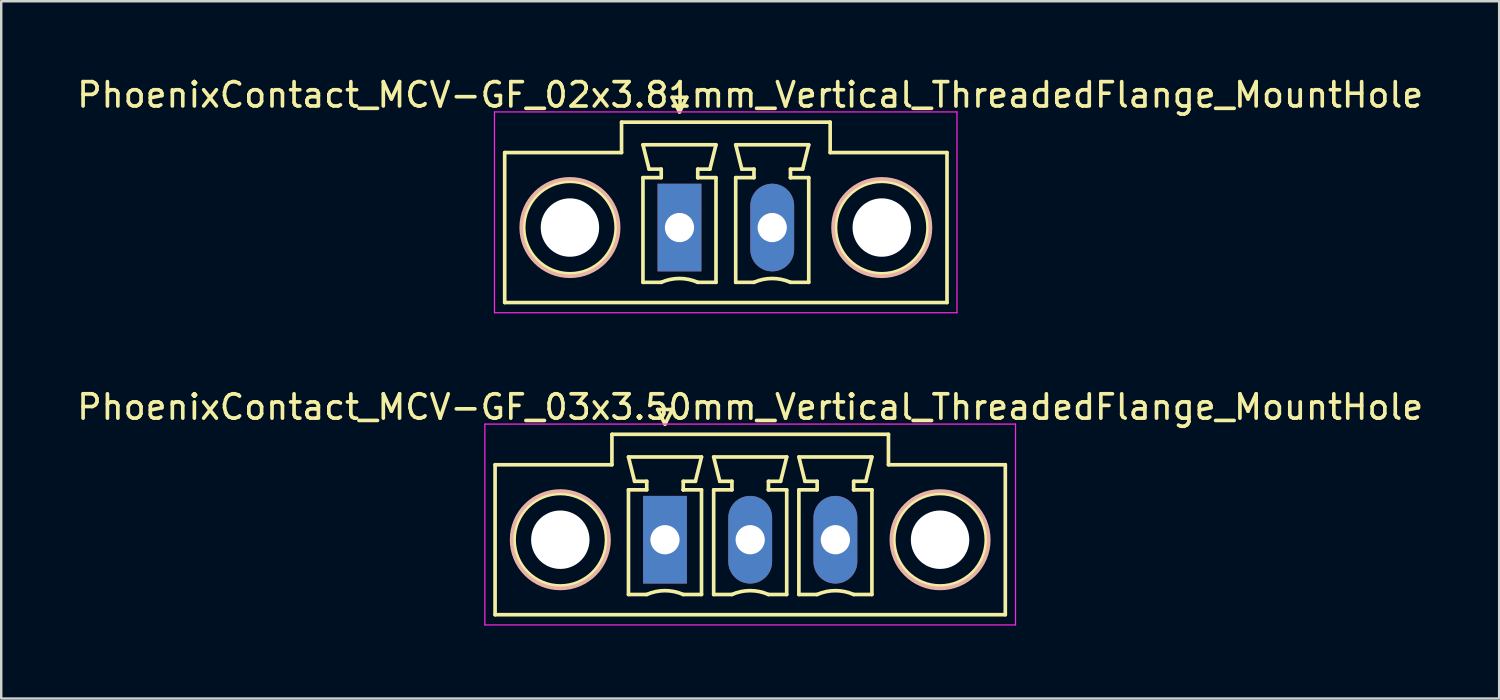
<source format=kicad_pcb>
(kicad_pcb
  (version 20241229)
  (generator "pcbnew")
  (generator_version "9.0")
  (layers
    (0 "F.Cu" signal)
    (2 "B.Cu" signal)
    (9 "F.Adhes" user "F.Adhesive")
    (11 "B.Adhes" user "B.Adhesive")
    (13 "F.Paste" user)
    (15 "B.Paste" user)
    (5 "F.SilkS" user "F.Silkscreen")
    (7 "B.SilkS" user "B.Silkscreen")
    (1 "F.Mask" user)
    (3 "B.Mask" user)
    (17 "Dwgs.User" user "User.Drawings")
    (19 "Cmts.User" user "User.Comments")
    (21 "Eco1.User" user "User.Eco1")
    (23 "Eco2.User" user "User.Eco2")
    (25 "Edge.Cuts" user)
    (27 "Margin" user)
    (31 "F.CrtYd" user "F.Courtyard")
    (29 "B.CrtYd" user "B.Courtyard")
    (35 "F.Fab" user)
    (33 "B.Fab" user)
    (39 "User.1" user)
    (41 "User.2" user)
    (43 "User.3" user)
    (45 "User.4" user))
  (footprint "PhoenixContact_MCV-GF_02x3.81mm_Vertical_ThreadedFlange_MountHole"
    (layer "F.Cu")
    (at 24.863 6.298)
    (property "Reference" "PhoenixContact_MCV-GF_02x3.81mm_Vertical_ThreadedFlange_MountHole" (at 2.905 -5.45 0) (layer "F.SilkS") (effects (font (size 1 1) (thickness 0.15))))
    (attr through_hole)
    (fp_line (start -7.18 -3.08) (end -7.18 3.08) (stroke (width 0.15) (type solid)) (layer "F.SilkS"))
    (fp_line (start -7.18 3.08) (end 10.99 3.08) (stroke (width 0.15) (type solid)) (layer "F.SilkS"))
    (fp_line (start -2.38 -4.33) (end -2.38 -3.08) (stroke (width 0.15) (type solid)) (layer "F.SilkS"))
    (fp_line (start -2.38 -3.08) (end -7.18 -3.08) (stroke (width 0.15) (type solid)) (layer "F.SilkS"))
    (fp_line (start -1.5 -3.4) (end 1.5 -3.4) (stroke (width 0.15) (type solid)) (layer "F.SilkS"))
    (fp_line (start -1.5 -2.05) (end -0.75 -2.05) (stroke (width 0.15) (type solid)) (layer "F.SilkS"))
    (fp_line (start -1.5 2.25) (end -1.5 -2.05) (stroke (width 0.15) (type solid)) (layer "F.SilkS"))
    (fp_line (start -1.25 -2.4) (end -1.5 -3.4) (stroke (width 0.15) (type solid)) (layer "F.SilkS"))
    (fp_line (start -0.75 -2.4) (end -1.25 -2.4) (stroke (width 0.15) (type solid)) (layer "F.SilkS"))
    (fp_line (start -0.75 -2.05) (end -0.75 -2.4) (stroke (width 0.15) (type solid)) (layer "F.SilkS"))
    (fp_line (start -0.75 2.25) (end -1.5 2.25) (stroke (width 0.15) (type solid)) (layer "F.SilkS"))
    (fp_line (start -0.3 -5.35) (end 0 -4.75) (stroke (width 0.15) (type solid)) (layer "F.SilkS"))
    (fp_line (start 0 -4.75) (end 0.3 -5.35) (stroke (width 0.15) (type solid)) (layer "F.SilkS"))
    (fp_line (start 0.3 -5.35) (end -0.3 -5.35) (stroke (width 0.15) (type solid)) (layer "F.SilkS"))
    (fp_line (start 0.75 -2.4) (end 0.75 -2.05) (stroke (width 0.15) (type solid)) (layer "F.SilkS"))
    (fp_line (start 0.75 -2.05) (end 0.75 -2.05) (stroke (width 0.15) (type solid)) (layer "F.SilkS"))
    (fp_line (start 0.75 -2.05) (end 1.5 -2.05) (stroke (width 0.15) (type solid)) (layer "F.SilkS"))
    (fp_line (start 1.25 -2.4) (end 0.75 -2.4) (stroke (width 0.15) (type solid)) (layer "F.SilkS"))
    (fp_line (start 1.5 -3.4) (end 1.25 -2.4) (stroke (width 0.15) (type solid)) (layer "F.SilkS"))
    (fp_line (start 1.5 -2.05) (end 1.5 2.25) (stroke (width 0.15) (type solid)) (layer "F.SilkS"))
    (fp_line (start 1.5 2.25) (end 0.75 2.25) (stroke (width 0.15) (type solid)) (layer "F.SilkS"))
    (fp_line (start 2.31 -3.4) (end 5.31 -3.4) (stroke (width 0.15) (type solid)) (layer "F.SilkS"))
    (fp_line (start 2.31 -2.05) (end 3.06 -2.05) (stroke (width 0.15) (type solid)) (layer "F.SilkS"))
    (fp_line (start 2.31 2.25) (end 2.31 -2.05) (stroke (width 0.15) (type solid)) (layer "F.SilkS"))
    (fp_line (start 2.56 -2.4) (end 2.31 -3.4) (stroke (width 0.15) (type solid)) (layer "F.SilkS"))
    (fp_line (start 3.06 -2.4) (end 2.56 -2.4) (stroke (width 0.15) (type solid)) (layer "F.SilkS"))
    (fp_line (start 3.06 -2.05) (end 3.06 -2.4) (stroke (width 0.15) (type solid)) (layer "F.SilkS"))
    (fp_line (start 3.06 2.25) (end 2.31 2.25) (stroke (width 0.15) (type solid)) (layer "F.SilkS"))
    (fp_line (start 4.56 -2.4) (end 4.56 -2.05) (stroke (width 0.15) (type solid)) (layer "F.SilkS"))
    (fp_line (start 4.56 -2.05) (end 4.56 -2.05) (stroke (width 0.15) (type solid)) (layer "F.SilkS"))
    (fp_line (start 4.56 -2.05) (end 5.31 -2.05) (stroke (width 0.15) (type solid)) (layer "F.SilkS"))
    (fp_line (start 5.06 -2.4) (end 4.56 -2.4) (stroke (width 0.15) (type solid)) (layer "F.SilkS"))
    (fp_line (start 5.31 -3.4) (end 5.06 -2.4) (stroke (width 0.15) (type solid)) (layer "F.SilkS"))
    (fp_line (start 5.31 -2.05) (end 5.31 2.25) (stroke (width 0.15) (type solid)) (layer "F.SilkS"))
    (fp_line (start 5.31 2.25) (end 4.56 2.25) (stroke (width 0.15) (type solid)) (layer "F.SilkS"))
    (fp_line (start 6.19 -4.33) (end -2.38 -4.33) (stroke (width 0.15) (type solid)) (layer "F.SilkS"))
    (fp_line (start 6.19 -3.08) (end 6.19 -4.33) (stroke (width 0.15) (type solid)) (layer "F.SilkS"))
    (fp_line (start 10.99 -3.08) (end 6.19 -3.08) (stroke (width 0.15) (type solid)) (layer "F.SilkS"))
    (fp_line (start 10.99 3.08) (end 10.99 -3.08) (stroke (width 0.15) (type solid)) (layer "F.SilkS"))
    (fp_arc (start -0.75 2.25) (mid -0.000193 2.09191) (end 0.749647 2.249844) (stroke (width 0.15) (type solid)) (layer "F.SilkS"))
    (fp_arc (start 3.06 2.25) (mid 3.809807 2.09191) (end 4.559647 2.249844) (stroke (width 0.15) (type solid)) (layer "F.SilkS"))
    (fp_circle (center -4.5 0) (end -2.6 0) (stroke (width 0.15) (type solid)) (fill no) (layer "F.SilkS"))
    (fp_circle (center 8.31 0) (end 10.21 0) (stroke (width 0.15) (type solid)) (fill no) (layer "F.SilkS"))
    (fp_circle (center -4.5 0) (end -2.5 0) (stroke (width 0.15) (type solid)) (fill no) (layer "B.SilkS"))
    (fp_circle (center 8.31 0) (end 10.31 0) (stroke (width 0.15) (type solid)) (fill no) (layer "B.SilkS"))
    (fp_line (start -7.6 -4.75) (end -7.6 3.5) (stroke (width 0.05) (type solid)) (layer "F.CrtYd"))
    (fp_line (start -7.6 3.5) (end 11.4 3.5) (stroke (width 0.05) (type solid)) (layer "F.CrtYd"))
    (fp_line (start 11.4 -4.75) (end -7.6 -4.75) (stroke (width 0.05) (type solid)) (layer "F.CrtYd"))
    (fp_line (start 11.4 3.5) (end 11.4 -4.75) (stroke (width 0.05) (type solid)) (layer "F.CrtYd"))
    (pad "" np_thru_hole circle (at -4.5 0) (size 2.4 2.4) (drill 2.4) (layers "*.Cu" "*.Mask"))
    (pad "" np_thru_hole circle (at 8.31 0) (size 2.4 2.4) (drill 2.4) (layers "*.Cu" "*.Mask"))
    (pad "1" thru_hole rect (at 0 0) (size 1.8 3.6) (drill 1.2) (layers "*.Cu" "*.Mask"))
    (pad "2" thru_hole oval (at 3.81 0) (size 1.8 3.6) (drill 1.2) (layers "*.Cu" "*.Mask")))
  (footprint "PhoenixContact_MCV-GF_03x3.50mm_Vertical_ThreadedFlange_MountHole"
    (layer "F.Cu")
    (at 24.268 19.122)
    (property "Reference" "PhoenixContact_MCV-GF_03x3.50mm_Vertical_ThreadedFlange_MountHole" (at 3.5 -5.45 0) (layer "F.SilkS") (effects (font (size 1 1) (thickness 0.15))))
    (attr through_hole)
    (fp_line (start -6.98 -3.08) (end -6.98 3.08) (stroke (width 0.15) (type solid)) (layer "F.SilkS"))
    (fp_line (start -6.98 3.08) (end 13.98 3.08) (stroke (width 0.15) (type solid)) (layer "F.SilkS"))
    (fp_line (start -2.18 -4.33) (end -2.18 -3.08) (stroke (width 0.15) (type solid)) (layer "F.SilkS"))
    (fp_line (start -2.18 -3.08) (end -6.98 -3.08) (stroke (width 0.15) (type solid)) (layer "F.SilkS"))
    (fp_line (start -1.5 -3.4) (end 1.5 -3.4) (stroke (width 0.15) (type solid)) (layer "F.SilkS"))
    (fp_line (start -1.5 -2.05) (end -0.75 -2.05) (stroke (width 0.15) (type solid)) (layer "F.SilkS"))
    (fp_line (start -1.5 2.25) (end -1.5 -2.05) (stroke (width 0.15) (type solid)) (layer "F.SilkS"))
    (fp_line (start -1.25 -2.4) (end -1.5 -3.4) (stroke (width 0.15) (type solid)) (layer "F.SilkS"))
    (fp_line (start -0.75 -2.4) (end -1.25 -2.4) (stroke (width 0.15) (type solid)) (layer "F.SilkS"))
    (fp_line (start -0.75 -2.05) (end -0.75 -2.4) (stroke (width 0.15) (type solid)) (layer "F.SilkS"))
    (fp_line (start -0.75 2.25) (end -1.5 2.25) (stroke (width 0.15) (type solid)) (layer "F.SilkS"))
    (fp_line (start -0.3 -5.35) (end 0 -4.75) (stroke (width 0.15) (type solid)) (layer "F.SilkS"))
    (fp_line (start 0 -4.75) (end 0.3 -5.35) (stroke (width 0.15) (type solid)) (layer "F.SilkS"))
    (fp_line (start 0.3 -5.35) (end -0.3 -5.35) (stroke (width 0.15) (type solid)) (layer "F.SilkS"))
    (fp_line (start 0.75 -2.4) (end 0.75 -2.05) (stroke (width 0.15) (type solid)) (layer "F.SilkS"))
    (fp_line (start 0.75 -2.05) (end 0.75 -2.05) (stroke (width 0.15) (type solid)) (layer "F.SilkS"))
    (fp_line (start 0.75 -2.05) (end 1.5 -2.05) (stroke (width 0.15) (type solid)) (layer "F.SilkS"))
    (fp_line (start 1.25 -2.4) (end 0.75 -2.4) (stroke (width 0.15) (type solid)) (layer "F.SilkS"))
    (fp_line (start 1.5 -3.4) (end 1.25 -2.4) (stroke (width 0.15) (type solid)) (layer "F.SilkS"))
    (fp_line (start 1.5 -2.05) (end 1.5 2.25) (stroke (width 0.15) (type solid)) (layer "F.SilkS"))
    (fp_line (start 1.5 2.25) (end 0.75 2.25) (stroke (width 0.15) (type solid)) (layer "F.SilkS"))
    (fp_line (start 2 -3.4) (end 5 -3.4) (stroke (width 0.15) (type solid)) (layer "F.SilkS"))
    (fp_line (start 2 -2.05) (end 2.75 -2.05) (stroke (width 0.15) (type solid)) (layer "F.SilkS"))
    (fp_line (start 2 2.25) (end 2 -2.05) (stroke (width 0.15) (type solid)) (layer "F.SilkS"))
    (fp_line (start 2.25 -2.4) (end 2 -3.4) (stroke (width 0.15) (type solid)) (layer "F.SilkS"))
    (fp_line (start 2.75 -2.4) (end 2.25 -2.4) (stroke (width 0.15) (type solid)) (layer "F.SilkS"))
    (fp_line (start 2.75 -2.05) (end 2.75 -2.4) (stroke (width 0.15) (type solid)) (layer "F.SilkS"))
    (fp_line (start 2.75 2.25) (end 2 2.25) (stroke (width 0.15) (type solid)) (layer "F.SilkS"))
    (fp_line (start 4.25 -2.4) (end 4.25 -2.05) (stroke (width 0.15) (type solid)) (layer "F.SilkS"))
    (fp_line (start 4.25 -2.05) (end 4.25 -2.05) (stroke (width 0.15) (type solid)) (layer "F.SilkS"))
    (fp_line (start 4.25 -2.05) (end 5 -2.05) (stroke (width 0.15) (type solid)) (layer "F.SilkS"))
    (fp_line (start 4.75 -2.4) (end 4.25 -2.4) (stroke (width 0.15) (type solid)) (layer "F.SilkS"))
    (fp_line (start 5 -3.4) (end 4.75 -2.4) (stroke (width 0.15) (type solid)) (layer "F.SilkS"))
    (fp_line (start 5 -2.05) (end 5 2.25) (stroke (width 0.15) (type solid)) (layer "F.SilkS"))
    (fp_line (start 5 2.25) (end 4.25 2.25) (stroke (width 0.15) (type solid)) (layer "F.SilkS"))
    (fp_line (start 5.5 -3.4) (end 8.5 -3.4) (stroke (width 0.15) (type solid)) (layer "F.SilkS"))
    (fp_line (start 5.5 -2.05) (end 6.25 -2.05) (stroke (width 0.15) (type solid)) (layer "F.SilkS"))
    (fp_line (start 5.5 2.25) (end 5.5 -2.05) (stroke (width 0.15) (type solid)) (layer "F.SilkS"))
    (fp_line (start 5.75 -2.4) (end 5.5 -3.4) (stroke (width 0.15) (type solid)) (layer "F.SilkS"))
    (fp_line (start 6.25 -2.4) (end 5.75 -2.4) (stroke (width 0.15) (type solid)) (layer "F.SilkS"))
    (fp_line (start 6.25 -2.05) (end 6.25 -2.4) (stroke (width 0.15) (type solid)) (layer "F.SilkS"))
    (fp_line (start 6.25 2.25) (end 5.5 2.25) (stroke (width 0.15) (type solid)) (layer "F.SilkS"))
    (fp_line (start 7.75 -2.4) (end 7.75 -2.05) (stroke (width 0.15) (type solid)) (layer "F.SilkS"))
    (fp_line (start 7.75 -2.05) (end 7.75 -2.05) (stroke (width 0.15) (type solid)) (layer "F.SilkS"))
    (fp_line (start 7.75 -2.05) (end 8.5 -2.05) (stroke (width 0.15) (type solid)) (layer "F.SilkS"))
    (fp_line (start 8.25 -2.4) (end 7.75 -2.4) (stroke (width 0.15) (type solid)) (layer "F.SilkS"))
    (fp_line (start 8.5 -3.4) (end 8.25 -2.4) (stroke (width 0.15) (type solid)) (layer "F.SilkS"))
    (fp_line (start 8.5 -2.05) (end 8.5 2.25) (stroke (width 0.15) (type solid)) (layer "F.SilkS"))
    (fp_line (start 8.5 2.25) (end 7.75 2.25) (stroke (width 0.15) (type solid)) (layer "F.SilkS"))
    (fp_line (start 9.18 -4.33) (end -2.18 -4.33) (stroke (width 0.15) (type solid)) (layer "F.SilkS"))
    (fp_line (start 9.18 -3.08) (end 9.18 -4.33) (stroke (width 0.15) (type solid)) (layer "F.SilkS"))
    (fp_line (start 13.98 -3.08) (end 9.18 -3.08) (stroke (width 0.15) (type solid)) (layer "F.SilkS"))
    (fp_line (start 13.98 3.08) (end 13.98 -3.08) (stroke (width 0.15) (type solid)) (layer "F.SilkS"))
    (fp_arc (start -0.75 2.25) (mid -0.000193 2.09191) (end 0.749647 2.249844) (stroke (width 0.15) (type solid)) (layer "F.SilkS"))
    (fp_arc (start 2.75 2.25) (mid 3.499807 2.09191) (end 4.249647 2.249844) (stroke (width 0.15) (type solid)) (layer "F.SilkS"))
    (fp_arc (start 6.25 2.25) (mid 6.999807 2.09191) (end 7.749647 2.249844) (stroke (width 0.15) (type solid)) (layer "F.SilkS"))
    (fp_circle (center -4.3 0) (end -2.4 0) (stroke (width 0.15) (type solid)) (fill no) (layer "F.SilkS"))
    (fp_circle (center 11.3 0) (end 13.2 0) (stroke (width 0.15) (type solid)) (fill no) (layer "F.SilkS"))
    (fp_circle (center -4.3 0) (end -2.3 0) (stroke (width 0.15) (type solid)) (fill no) (layer "B.SilkS"))
    (fp_circle (center 11.3 0) (end 13.3 0) (stroke (width 0.15) (type solid)) (fill no) (layer "B.SilkS"))
    (fp_line (start -7.4 -4.75) (end -7.4 3.5) (stroke (width 0.05) (type solid)) (layer "F.CrtYd"))
    (fp_line (start -7.4 3.5) (end 14.4 3.5) (stroke (width 0.05) (type solid)) (layer "F.CrtYd"))
    (fp_line (start 14.4 -4.75) (end -7.4 -4.75) (stroke (width 0.05) (type solid)) (layer "F.CrtYd"))
    (fp_line (start 14.4 3.5) (end 14.4 -4.75) (stroke (width 0.05) (type solid)) (layer "F.CrtYd"))
    (pad "" np_thru_hole circle (at -4.3 0) (size 2.4 2.4) (drill 2.4) (layers "*.Cu" "*.Mask"))
    (pad "" np_thru_hole circle (at 11.3 0) (size 2.4 2.4) (drill 2.4) (layers "*.Cu" "*.Mask"))
    (pad "1" thru_hole rect (at 0 0) (size 1.8 3.6) (drill 1.2) (layers "*.Cu" "*.Mask"))
    (pad "2" thru_hole oval (at 3.5 0) (size 1.8 3.6) (drill 1.2) (layers "*.Cu" "*.Mask"))
    (pad "3" thru_hole oval (at 7 0) (size 1.8 3.6) (drill 1.2) (layers "*.Cu" "*.Mask")))
  (gr_rect
    (start -3 -3)
    (end 58.536 25.646)
    (stroke (width 0.1) (type default))
    (fill no)
    (layer "Edge.Cuts")))
</source>
